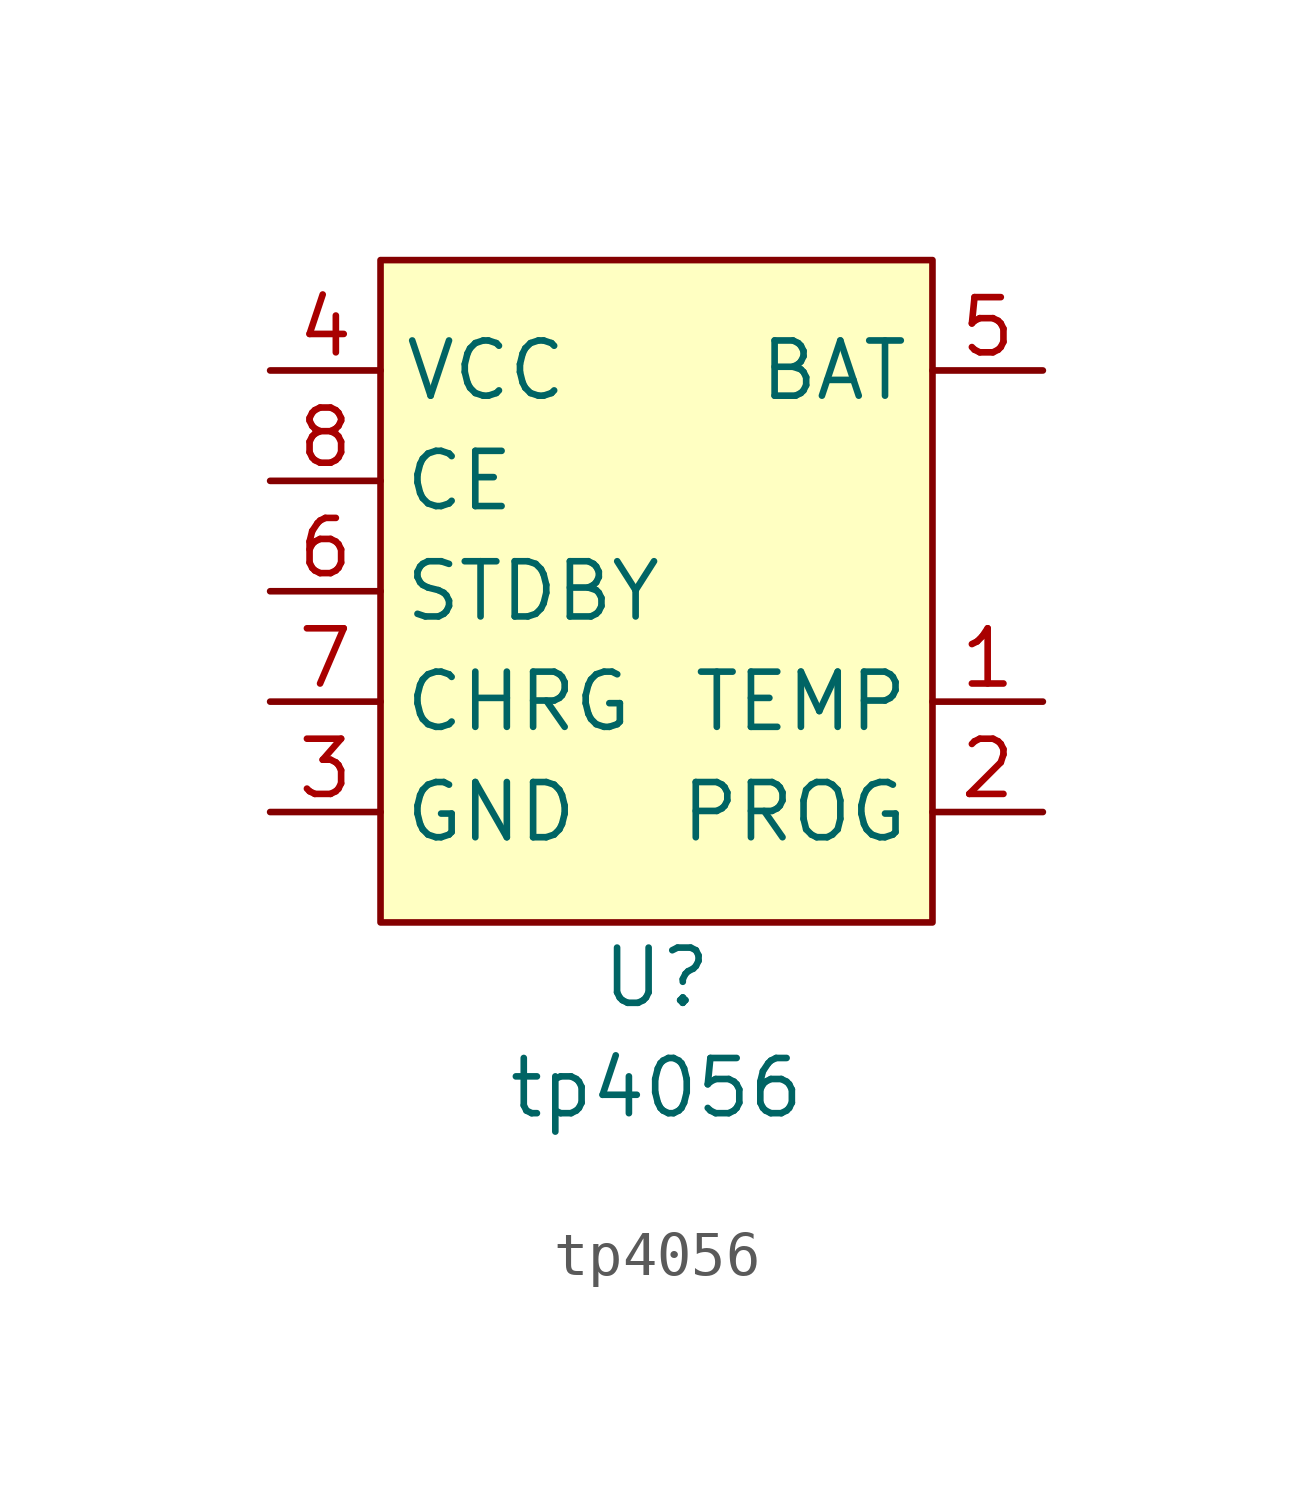
<source format=kicad_sym>
(kicad_symbol_lib
  (version 20211014)
  (generator kicad_symbol_editor)
  (symbol "tp4056"
    (property "Reference" "U"
      (at 0 -8.89 0)
      (effects (font (size 1.27 1.27))))
    (property "Value" "tp4056"
      (at 0 -11.43 0)
      (effects (font (size 1.27 1.27))))
    (symbol "tp4056_0_1"
      (rectangle (start -6.35 7.62) (end 6.35 -7.62) (stroke (width 0) (type default) (color 0 0 0 0)) (fill (type background))))
    (symbol "tp4056_1_1"
      (pin input line (at 8.89 -2.54 180) (length 2.54) (name "TEMP" (effects (font (size 1.27 1.27)))) (number "1" (effects (font (size 1.27 1.27)))))
      (pin passive line (at 8.89 -5.08 180) (length 2.54) (name "PROG" (effects (font (size 1.27 1.27)))) (number "2" (effects (font (size 1.27 1.27)))))
      (pin power_in line (at -8.89 -5.08 0) (length 2.54) (name "GND" (effects (font (size 1.27 1.27)))) (number "3" (effects (font (size 1.27 1.27)))))
      (pin power_in line (at -8.89 5.08 0) (length 2.54) (name "VCC" (effects (font (size 1.27 1.27)))) (number "4" (effects (font (size 1.27 1.27)))))
      (pin power_out line (at 8.89 5.08 180) (length 2.54) (name "BAT" (effects (font (size 1.27 1.27)))) (number "5" (effects (font (size 1.27 1.27)))))
      (pin output line (at -8.89 0 0) (length 2.54) (name "STDBY" (effects (font (size 1.27 1.27)))) (number "6" (effects (font (size 1.27 1.27)))))
      (pin output line (at -8.89 -2.54 0) (length 2.54) (name "CHRG" (effects (font (size 1.27 1.27)))) (number "7" (effects (font (size 1.27 1.27)))))
      (pin input line (at -8.89 2.54 0) (length 2.54) (name "CE" (effects (font (size 1.27 1.27)))) (number "8" (effects (font (size 1.27 1.27))))))))
</source>
